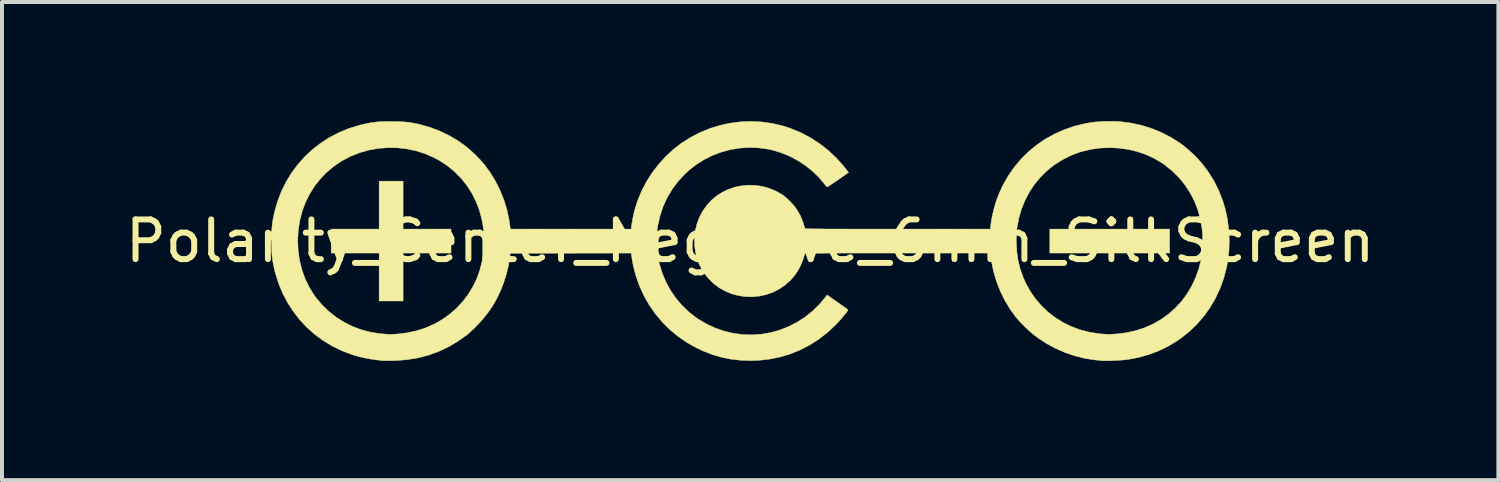
<source format=kicad_pcb>
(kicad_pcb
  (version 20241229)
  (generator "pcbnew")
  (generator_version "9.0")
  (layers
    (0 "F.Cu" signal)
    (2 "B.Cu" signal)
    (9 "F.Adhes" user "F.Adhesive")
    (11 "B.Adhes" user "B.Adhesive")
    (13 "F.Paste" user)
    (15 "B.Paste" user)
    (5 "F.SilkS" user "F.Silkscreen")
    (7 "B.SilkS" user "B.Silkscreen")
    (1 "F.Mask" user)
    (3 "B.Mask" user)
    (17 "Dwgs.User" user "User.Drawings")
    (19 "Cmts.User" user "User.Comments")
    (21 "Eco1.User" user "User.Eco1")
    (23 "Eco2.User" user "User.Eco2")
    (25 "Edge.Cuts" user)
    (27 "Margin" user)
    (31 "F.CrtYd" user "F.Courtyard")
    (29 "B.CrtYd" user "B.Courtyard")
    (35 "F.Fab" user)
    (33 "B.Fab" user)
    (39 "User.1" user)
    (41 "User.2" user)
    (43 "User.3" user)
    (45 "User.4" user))
  (footprint "Polarity_Center_Negative_6mm_SilkScreen"
    (layer "F.Cu")
    (at 15.839 3.02)
    (property "Reference" "Polarity_Center_Negative_6mm_SilkScreen" (at 0 0 0) (layer "F.SilkS") (effects (font (size 1 1) (thickness 0.15))))
    (attr exclude_from_pos_files exclude_from_bom allow_missing_courtyard)
    (fp_poly (pts (xy 10.562 0.302) (xy 7.545 0.302) (xy 7.545 -0.302) (xy 10.562 -0.302) (xy 10.562 0.302)) (stroke (width 0.01) (type solid)) (fill yes) (layer "F.SilkS"))
    (fp_poly (pts (xy -8.739 -0.302) (xy -7.532 -0.302) (xy -7.532 0.302) (xy -8.739 0.302) (xy -8.739 1.509) (xy -9.343 1.509) (xy -9.343 0.302) (xy -10.55 0.302) (xy -10.55 -0.302) (xy -9.343 -0.302) (xy -9.343 -1.509) (xy -8.739 -1.509) (xy -8.739 -0.302)) (stroke (width 0.01) (type solid)) (fill yes) (layer "F.SilkS"))
    (fp_poly (pts (xy 9.175 -3.015) (xy 9.284 -3.01) (xy 9.337 -3.006) (xy 9.605 -2.97) (xy 9.869 -2.911) (xy 10.125 -2.829) (xy 10.371 -2.727) (xy 10.606 -2.605) (xy 10.827 -2.464) (xy 11.002 -2.329) (xy 11.202 -2.146) (xy 11.382 -1.947) (xy 11.543 -1.733) (xy 11.684 -1.505) (xy 11.803 -1.264) (xy 11.901 -1.012) (xy 11.965 -0.798) (xy 12.018 -0.544) (xy 12.052 -0.282) (xy 12.064 -0.017) (xy 12.056 0.245) (xy 12.027 0.501) (xy 11.995 0.671) (xy 11.923 0.94) (xy 11.83 1.197) (xy 11.715 1.442) (xy 11.581 1.673) (xy 11.426 1.889) (xy 11.252 2.091) (xy 11.06 2.275) (xy 10.85 2.443) (xy 10.762 2.505) (xy 10.53 2.646) (xy 10.288 2.764) (xy 10.035 2.859) (xy 9.771 2.933) (xy 9.515 2.981) (xy 9.451 2.989) (xy 9.371 2.996) (xy 9.282 3.002) (xy 9.188 3.008) (xy 9.095 3.011) (xy 9.008 3.014) (xy 8.933 3.014) (xy 8.874 3.012) (xy 8.852 3.011) (xy 8.821 3.007) (xy 8.773 3.002) (xy 8.714 2.996) (xy 8.676 2.992) (xy 8.428 2.954) (xy 8.179 2.892) (xy 7.933 2.809) (xy 7.695 2.706) (xy 7.466 2.583) (xy 7.252 2.443) (xy 7.123 2.345) (xy 7.041 2.274) (xy 6.951 2.191) (xy 6.861 2.1) (xy 6.775 2.011) (xy 6.703 1.928) (xy 6.694 1.918) (xy 6.548 1.719) (xy 6.417 1.503) (xy 6.303 1.273) (xy 6.208 1.031) (xy 6.132 0.78) (xy 6.077 0.523) (xy 6.066 0.456) (xy 6.044 0.302) (xy 3.713 0.302) (xy 3.419 0.302) (xy 3.148 0.302) (xy 2.901 0.302) (xy 2.677 0.302) (xy 2.474 0.303) (xy 2.291 0.303) (xy 2.129 0.304) (xy 1.985 0.304) (xy 1.859 0.305) (xy 1.749 0.306) (xy 1.656 0.307) (xy 1.578 0.308) (xy 1.515 0.309) (xy 1.464 0.31) (xy 1.426 0.312) (xy 1.4 0.313) (xy 1.384 0.315) (xy 1.378 0.317) (xy 1.378 0.318) (xy 1.327 0.476) (xy 1.271 0.615) (xy 1.207 0.737) (xy 1.133 0.848) (xy 1.046 0.953) (xy 1.007 0.994) (xy 0.871 1.113) (xy 0.724 1.212) (xy 0.567 1.291) (xy 0.402 1.349) (xy 0.232 1.386) (xy 0.058 1.403) (xy -0.115 1.399) (xy -0.288 1.375) (xy -0.456 1.331) (xy -0.618 1.266) (xy -0.772 1.18) (xy -0.915 1.074) (xy -0.997 0.997) (xy -1.119 0.858) (xy -1.218 0.712) (xy -1.295 0.557) (xy -1.327 0.473) (xy -1.375 0.291) (xy -1.4 0.108) (xy -1.402 0.004) (xy 6.702 0.004) (xy 6.713 0.248) (xy 6.745 0.48) (xy 6.8 0.704) (xy 6.878 0.922) (xy 6.935 1.05) (xy 7.048 1.258) (xy 7.181 1.45) (xy 7.331 1.626) (xy 7.498 1.785) (xy 7.681 1.926) (xy 7.877 2.048) (xy 8.086 2.151) (xy 8.306 2.233) (xy 8.536 2.293) (xy 8.775 2.331) (xy 8.915 2.343) (xy 8.96 2.346) (xy 9 2.348) (xy 9.016 2.349) (xy 9.04 2.349) (xy 9.083 2.347) (xy 9.14 2.344) (xy 9.205 2.34) (xy 9.219 2.339) (xy 9.466 2.309) (xy 9.703 2.257) (xy 9.929 2.183) (xy 10.143 2.089) (xy 10.343 1.975) (xy 10.53 1.841) (xy 10.702 1.69) (xy 10.857 1.522) (xy 10.995 1.337) (xy 11.115 1.137) (xy 11.216 0.923) (xy 11.297 0.695) (xy 11.349 0.49) (xy 11.365 0.396) (xy 11.377 0.284) (xy 11.386 0.16) (xy 11.391 0.033) (xy 11.392 -0.091) (xy 11.388 -0.205) (xy 11.38 -0.298) (xy 11.338 -0.545) (xy 11.274 -0.779) (xy 11.188 -1.002) (xy 11.08 -1.212) (xy 10.952 -1.409) (xy 10.803 -1.592) (xy 10.634 -1.76) (xy 10.445 -1.913) (xy 10.361 -1.971) (xy 10.169 -2.085) (xy 9.963 -2.179) (xy 9.747 -2.253) (xy 9.522 -2.307) (xy 9.291 -2.34) (xy 9.058 -2.352) (xy 8.824 -2.343) (xy 8.592 -2.312) (xy 8.366 -2.259) (xy 8.274 -2.231) (xy 8.05 -2.144) (xy 7.841 -2.036) (xy 7.645 -1.909) (xy 7.465 -1.764) (xy 7.302 -1.601) (xy 7.156 -1.423) (xy 7.028 -1.23) (xy 6.92 -1.024) (xy 6.832 -0.805) (xy 6.765 -0.575) (xy 6.72 -0.335) (xy 6.715 -0.302) (xy 6.711 -0.25) (xy 6.707 -0.181) (xy 6.704 -0.103) (xy 6.702 -0.023) (xy 6.702 0.004) (xy -1.402 0.004) (xy -1.403 -0.074) (xy -1.383 -0.253) (xy -1.342 -0.427) (xy -1.28 -0.594) (xy -1.198 -0.751) (xy -1.096 -0.896) (xy -0.976 -1.028) (xy -0.864 -1.124) (xy -0.713 -1.223) (xy -0.551 -1.302) (xy -0.381 -1.359) (xy -0.205 -1.394) (xy -0.025 -1.408) (xy 0.154 -1.401) (xy 0.332 -1.371) (xy 0.506 -1.32) (xy 0.673 -1.247) (xy 0.811 -1.166) (xy 0.853 -1.135) (xy 0.904 -1.092) (xy 0.957 -1.045) (xy 0.99 -1.014) (xy 1.099 -0.897) (xy 1.19 -0.771) (xy 1.267 -0.632) (xy 1.33 -0.478) (xy 1.378 -0.318) (xy 1.383 -0.316) (xy 1.398 -0.314) (xy 1.423 -0.312) (xy 1.459 -0.311) (xy 1.508 -0.309) (xy 1.57 -0.308) (xy 1.646 -0.307) (xy 1.737 -0.306) (xy 1.845 -0.305) (xy 1.969 -0.304) (xy 2.11 -0.304) (xy 2.271 -0.303) (xy 2.451 -0.303) (xy 2.651 -0.302) (xy 2.873 -0.302) (xy 3.117 -0.302) (xy 3.384 -0.302) (xy 3.676 -0.302) (xy 6.046 -0.302) (xy 6.054 -0.38) (xy 6.077 -0.538) (xy 6.112 -0.707) (xy 6.157 -0.879) (xy 6.208 -1.044) (xy 6.257 -1.174) (xy 6.371 -1.422) (xy 6.506 -1.655) (xy 6.659 -1.873) (xy 6.83 -2.075) (xy 7.018 -2.259) (xy 7.221 -2.425) (xy 7.44 -2.573) (xy 7.672 -2.701) (xy 7.917 -2.809) (xy 8.173 -2.896) (xy 8.44 -2.961) (xy 8.593 -2.987) (xy 8.689 -2.999) (xy 8.803 -3.007) (xy 8.927 -3.013) (xy 9.053 -3.015) (xy 9.175 -3.015)) (stroke (width 0.01) (type solid)) (fill yes) (layer "F.SilkS"))
    (fp_poly (pts (xy 0.284 -3.001) (xy 0.547 -2.965) (xy 0.807 -2.905) (xy 1.012 -2.839) (xy 1.268 -2.734) (xy 1.512 -2.606) (xy 1.744 -2.457) (xy 1.961 -2.288) (xy 2.163 -2.1) (xy 2.349 -1.893) (xy 2.443 -1.772) (xy 2.477 -1.727) (xy 2.217 -1.546) (xy 2.145 -1.496) (xy 2.079 -1.452) (xy 2.023 -1.414) (xy 1.98 -1.386) (xy 1.951 -1.369) (xy 1.941 -1.364) (xy 1.927 -1.374) (xy 1.903 -1.398) (xy 1.876 -1.432) (xy 1.733 -1.602) (xy 1.57 -1.759) (xy 1.391 -1.902) (xy 1.198 -2.028) (xy 0.995 -2.136) (xy 0.783 -2.224) (xy 0.568 -2.289) (xy 0.458 -2.313) (xy 0.217 -2.347) (xy -0.023 -2.356) (xy -0.261 -2.341) (xy -0.494 -2.303) (xy -0.722 -2.242) (xy -0.943 -2.159) (xy -1.154 -2.055) (xy -1.354 -1.929) (xy -1.542 -1.782) (xy -1.66 -1.672) (xy -1.826 -1.49) (xy -1.969 -1.296) (xy -2.091 -1.09) (xy -2.191 -0.872) (xy -2.268 -0.641) (xy -2.324 -0.398) (xy -2.334 -0.34) (xy -2.346 -0.243) (xy -2.352 -0.129) (xy -2.355 -0.007) (xy -2.353 0.115) (xy -2.347 0.229) (xy -2.336 0.328) (xy -2.334 0.338) (xy -2.284 0.58) (xy -2.212 0.813) (xy -2.118 1.035) (xy -2.003 1.244) (xy -1.869 1.44) (xy -1.716 1.62) (xy -1.545 1.784) (xy -1.356 1.931) (xy -1.308 1.964) (xy -1.098 2.088) (xy -0.88 2.189) (xy -0.654 2.267) (xy -0.423 2.322) (xy -0.189 2.354) (xy 0.047 2.361) (xy 0.283 2.344) (xy 0.518 2.304) (xy 0.735 2.244) (xy 0.963 2.155) (xy 1.178 2.045) (xy 1.381 1.915) (xy 1.569 1.764) (xy 1.741 1.595) (xy 1.845 1.474) (xy 1.938 1.357) (xy 1.997 1.399) (xy 2.026 1.42) (xy 2.071 1.451) (xy 2.128 1.491) (xy 2.193 1.536) (xy 2.26 1.583) (xy 2.323 1.627) (xy 2.378 1.666) (xy 2.422 1.698) (xy 2.451 1.72) (xy 2.464 1.732) (xy 2.465 1.732) (xy 2.457 1.749) (xy 2.434 1.781) (xy 2.401 1.825) (xy 2.359 1.877) (xy 2.311 1.934) (xy 2.261 1.993) (xy 2.21 2.049) (xy 2.162 2.1) (xy 2.144 2.118) (xy 1.941 2.307) (xy 1.724 2.474) (xy 1.496 2.62) (xy 1.257 2.743) (xy 1.009 2.843) (xy 0.751 2.92) (xy 0.486 2.974) (xy 0.214 3.004) (xy 0.013 3.01) (xy -0.244 3.001) (xy -0.486 2.974) (xy -0.719 2.927) (xy -0.947 2.86) (xy -1.175 2.772) (xy -1.349 2.691) (xy -1.587 2.558) (xy -1.811 2.404) (xy -2.02 2.232) (xy -2.212 2.041) (xy -2.386 1.834) (xy -2.541 1.611) (xy -2.676 1.374) (xy -2.789 1.127) (xy -2.878 0.876) (xy -2.944 0.619) (xy -2.97 0.477) (xy -2.998 0.302) (xy -6.042 0.308) (xy -6.051 0.396) (xy -6.084 0.609) (xy -6.137 0.829) (xy -6.207 1.05) (xy -6.292 1.265) (xy -6.39 1.469) (xy -6.494 1.647) (xy -6.592 1.789) (xy -6.704 1.931) (xy -6.825 2.07) (xy -6.95 2.199) (xy -7.074 2.313) (xy -7.133 2.362) (xy -7.359 2.524) (xy -7.594 2.663) (xy -7.838 2.778) (xy -8.093 2.871) (xy -8.357 2.94) (xy -8.631 2.986) (xy -8.914 3.009) (xy -8.972 3.01) (xy -9.049 3.012) (xy -9.12 3.012) (xy -9.181 3.012) (xy -9.227 3.012) (xy -9.248 3.01) (xy -9.419 2.991) (xy -9.571 2.969) (xy -9.71 2.943) (xy -9.843 2.912) (xy -9.976 2.874) (xy -10.041 2.853) (xy -10.291 2.758) (xy -10.529 2.641) (xy -10.754 2.504) (xy -10.965 2.349) (xy -11.161 2.175) (xy -11.34 1.984) (xy -11.501 1.777) (xy -11.644 1.556) (xy -11.768 1.322) (xy -11.871 1.075) (xy -11.953 0.817) (xy -11.97 0.752) (xy -11.995 0.641) (xy -12.015 0.541) (xy -12.03 0.446) (xy -12.041 0.351) (xy -12.047 0.249) (xy -12.051 0.134) (xy -12.052 0) (xy -12.052 -0.006) (xy -11.392 -0.006) (xy -11.381 0.243) (xy -11.346 0.486) (xy -11.288 0.719) (xy -11.208 0.942) (xy -11.106 1.155) (xy -10.982 1.356) (xy -10.929 1.429) (xy -10.776 1.61) (xy -10.607 1.774) (xy -10.423 1.918) (xy -10.225 2.043) (xy -10.015 2.148) (xy -9.794 2.231) (xy -9.565 2.292) (xy -9.33 2.33) (xy -9.236 2.338) (xy -9.177 2.342) (xy -9.126 2.346) (xy -9.088 2.348) (xy -9.072 2.349) (xy -9.051 2.349) (xy -9.01 2.347) (xy -8.955 2.344) (xy -8.89 2.34) (xy -8.872 2.339) (xy -8.627 2.309) (xy -8.393 2.257) (xy -8.169 2.184) (xy -7.956 2.09) (xy -7.757 1.977) (xy -7.571 1.846) (xy -7.401 1.698) (xy -7.246 1.533) (xy -7.108 1.354) (xy -6.989 1.16) (xy -6.888 0.954) (xy -6.808 0.735) (xy -6.749 0.505) (xy -6.712 0.266) (xy -6.704 0.17) (xy -6.699 -0.079) (xy -6.718 -0.322) (xy -6.759 -0.557) (xy -6.821 -0.784) (xy -6.905 -1) (xy -7.009 -1.206) (xy -7.133 -1.399) (xy -7.276 -1.578) (xy -7.437 -1.742) (xy -7.616 -1.89) (xy -7.812 -2.021) (xy -7.966 -2.104) (xy -8.185 -2.199) (xy -8.412 -2.272) (xy -8.646 -2.321) (xy -8.883 -2.348) (xy -9.122 -2.352) (xy -9.361 -2.333) (xy -9.596 -2.292) (xy -9.826 -2.227) (xy -10.048 -2.14) (xy -10.094 -2.119) (xy -10.304 -2.005) (xy -10.497 -1.872) (xy -10.674 -1.722) (xy -10.833 -1.555) (xy -10.974 -1.374) (xy -11.096 -1.178) (xy -11.198 -0.97) (xy -11.28 -0.751) (xy -11.339 -0.522) (xy -11.377 -0.285) (xy -11.392 -0.039) (xy -11.392 -0.006) (xy -12.052 -0.006) (xy -12.051 -0.134) (xy -12.048 -0.249) (xy -12.041 -0.351) (xy -12.031 -0.446) (xy -12.016 -0.541) (xy -11.996 -0.641) (xy -11.975 -0.736) (xy -11.901 -0.997) (xy -11.805 -1.248) (xy -11.688 -1.486) (xy -11.551 -1.712) (xy -11.395 -1.922) (xy -11.222 -2.118) (xy -11.031 -2.297) (xy -10.825 -2.458) (xy -10.605 -2.602) (xy -10.37 -2.725) (xy -10.123 -2.829) (xy -9.865 -2.91) (xy -9.745 -2.94) (xy -9.642 -2.962) (xy -9.55 -2.98) (xy -9.465 -2.992) (xy -9.379 -3.001) (xy -9.288 -3.007) (xy -9.184 -3.01) (xy -9.063 -3.011) (xy -9.035 -3.011) (xy -8.9 -3.01) (xy -8.784 -3.006) (xy -8.681 -2.999) (xy -8.584 -2.988) (xy -8.486 -2.972) (xy -8.383 -2.951) (xy -8.312 -2.935) (xy -8.067 -2.865) (xy -7.825 -2.774) (xy -7.591 -2.663) (xy -7.37 -2.534) (xy -7.178 -2.399) (xy -7.087 -2.324) (xy -6.988 -2.236) (xy -6.889 -2.141) (xy -6.796 -2.045) (xy -6.716 -1.954) (xy -6.696 -1.93) (xy -6.545 -1.725) (xy -6.411 -1.504) (xy -6.295 -1.272) (xy -6.199 -1.031) (xy -6.124 -0.786) (xy -6.072 -0.54) (xy -6.061 -0.465) (xy -6.054 -0.413) (xy -6.047 -0.367) (xy -6.042 -0.335) (xy -6.041 -0.33) (xy -6.035 -0.302) (xy -2.993 -0.302) (xy -2.993 -0.332) (xy -2.99 -0.364) (xy -2.983 -0.415) (xy -2.972 -0.48) (xy -2.959 -0.553) (xy -2.944 -0.627) (xy -2.929 -0.699) (xy -2.914 -0.761) (xy -2.911 -0.772) (xy -2.834 -1.02) (xy -2.733 -1.263) (xy -2.61 -1.497) (xy -2.468 -1.721) (xy -2.306 -1.932) (xy -2.127 -2.129) (xy -1.932 -2.309) (xy -1.735 -2.462) (xy -1.507 -2.607) (xy -1.269 -2.731) (xy -1.022 -2.833) (xy -0.768 -2.912) (xy -0.508 -2.969) (xy -0.245 -3.003) (xy 0.019 -3.014) (xy 0.284 -3.001)) (stroke (width 0.01) (type solid)) (fill yes) (layer "F.SilkS")))
  (gr_rect
    (start -3 -3)
    (end 34.679 9.04)
    (stroke (width 0.1) (type default))
    (fill no)
    (layer "Edge.Cuts")))
</source>
